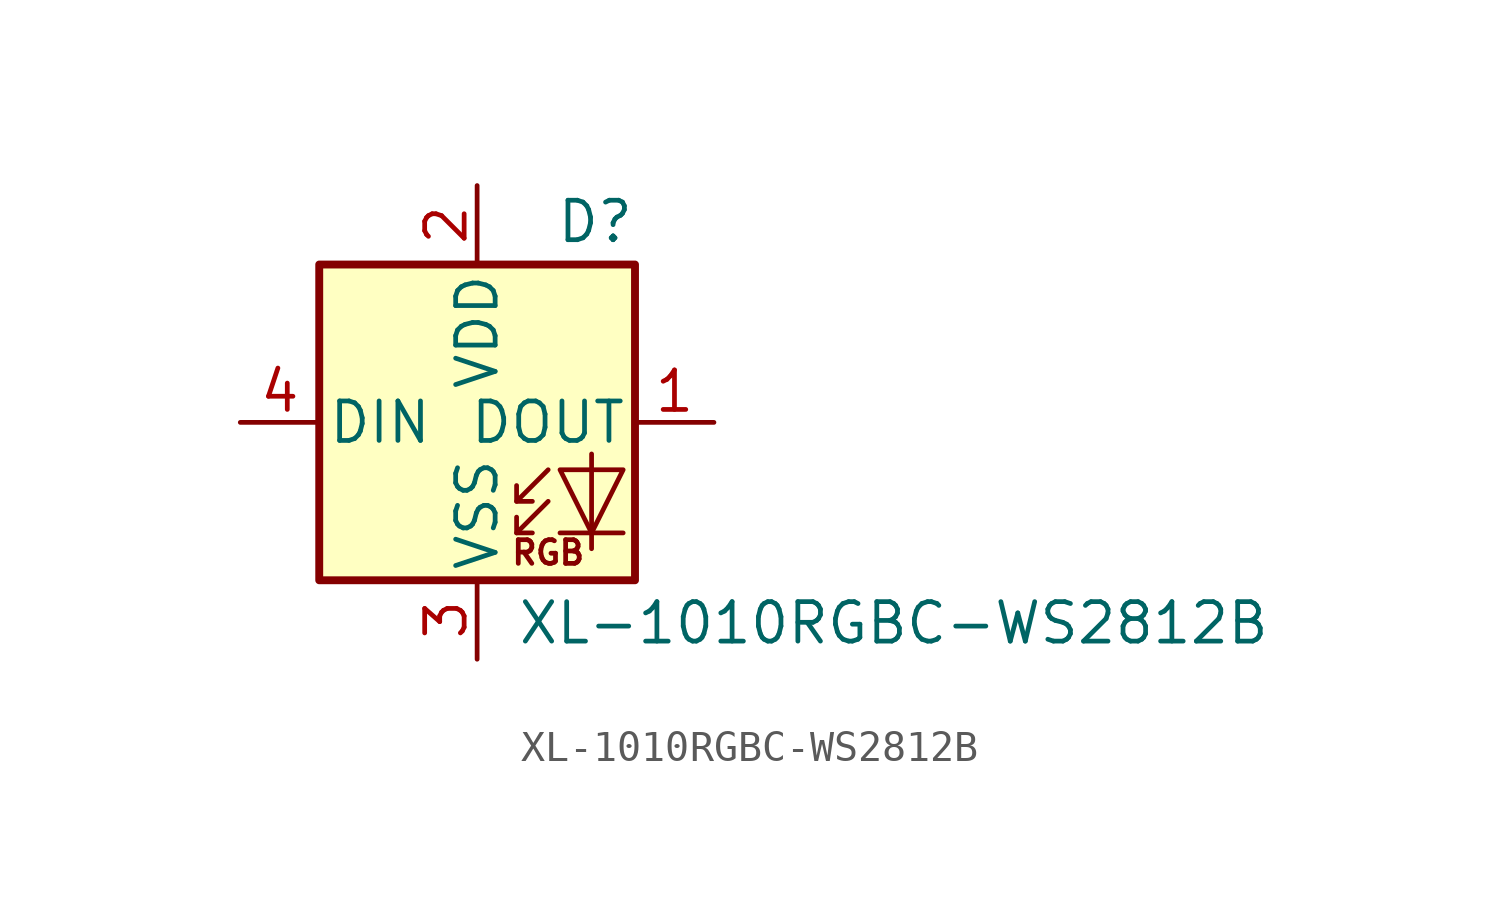
<source format=kicad_sym>
(kicad_symbol_lib
  (version 20220914)
  (generator kicad_symbol_editor)
  (symbol "XL-1010RGBC-WS2812B"
    (pin_names
      (offset 0.254))
    (property "Reference" "D"
      (at 5.08 5.715 0)
      (effects (font (size 1.27 1.27)) (justify right bottom)))
    (property "Value" "XL-1010RGBC-WS2812B"
      (at 1.27 -5.715 0)
      (effects (font (size 1.27 1.27)) (justify left top)))
    (symbol "XL-1010RGBC-WS2812B_0_0"
      (text "RGB" (at 2.286 -4.191 0) (effects (font (size 0.762 0.762)))))
    (symbol "XL-1010RGBC-WS2812B_0_1"
      (rectangle (start -5.08 5.08) (end 5.08 -5.08) (stroke (width 0.254) (type default)) (fill (type background)))
      (polyline (pts (xy 1.27 -3.556) (xy 1.778 -3.556)) (stroke (width 0) (type default)) (fill (type none)))
      (polyline (pts (xy 1.27 -2.54) (xy 1.778 -2.54)) (stroke (width 0) (type default)) (fill (type none)))
      (polyline (pts (xy 4.699 -3.556) (xy 2.667 -3.556)) (stroke (width 0) (type default)) (fill (type none)))
      (polyline (pts (xy 2.286 -2.54) (xy 1.27 -3.556) (xy 1.27 -3.048)) (stroke (width 0) (type default)) (fill (type none)))
      (polyline (pts (xy 2.286 -1.524) (xy 1.27 -2.54) (xy 1.27 -2.032)) (stroke (width 0) (type default)) (fill (type none)))
      (polyline (pts (xy 3.683 -1.016) (xy 3.683 -3.556) (xy 3.683 -4.064)) (stroke (width 0) (type default)) (fill (type none)))
      (polyline (pts (xy 4.699 -1.524) (xy 2.667 -1.524) (xy 3.683 -3.556) (xy 4.699 -1.524)) (stroke (width 0) (type default)) (fill (type none))))
    (symbol "XL-1010RGBC-WS2812B_1_1"
      (pin output line (at 7.62 0 180) (length 2.54) (name "DOUT" (effects (font (size 1.27 1.27)))) (number "1" (effects (font (size 1.27 1.27)))))
      (pin power_in line (at 0 7.62 270) (length 2.54) (name "VDD" (effects (font (size 1.27 1.27)))) (number "2" (effects (font (size 1.27 1.27)))))
      (pin bidirectional line (at 0 -7.62 90) (length 2.54) (name "VSS" (effects (font (size 1.27 1.27)))) (number "3" (effects (font (size 1.27 1.27)))))
      (pin input line (at -7.62 0 0) (length 2.54) (name "DIN" (effects (font (size 1.27 1.27)))) (number "4" (effects (font (size 1.27 1.27))))))))
</source>
